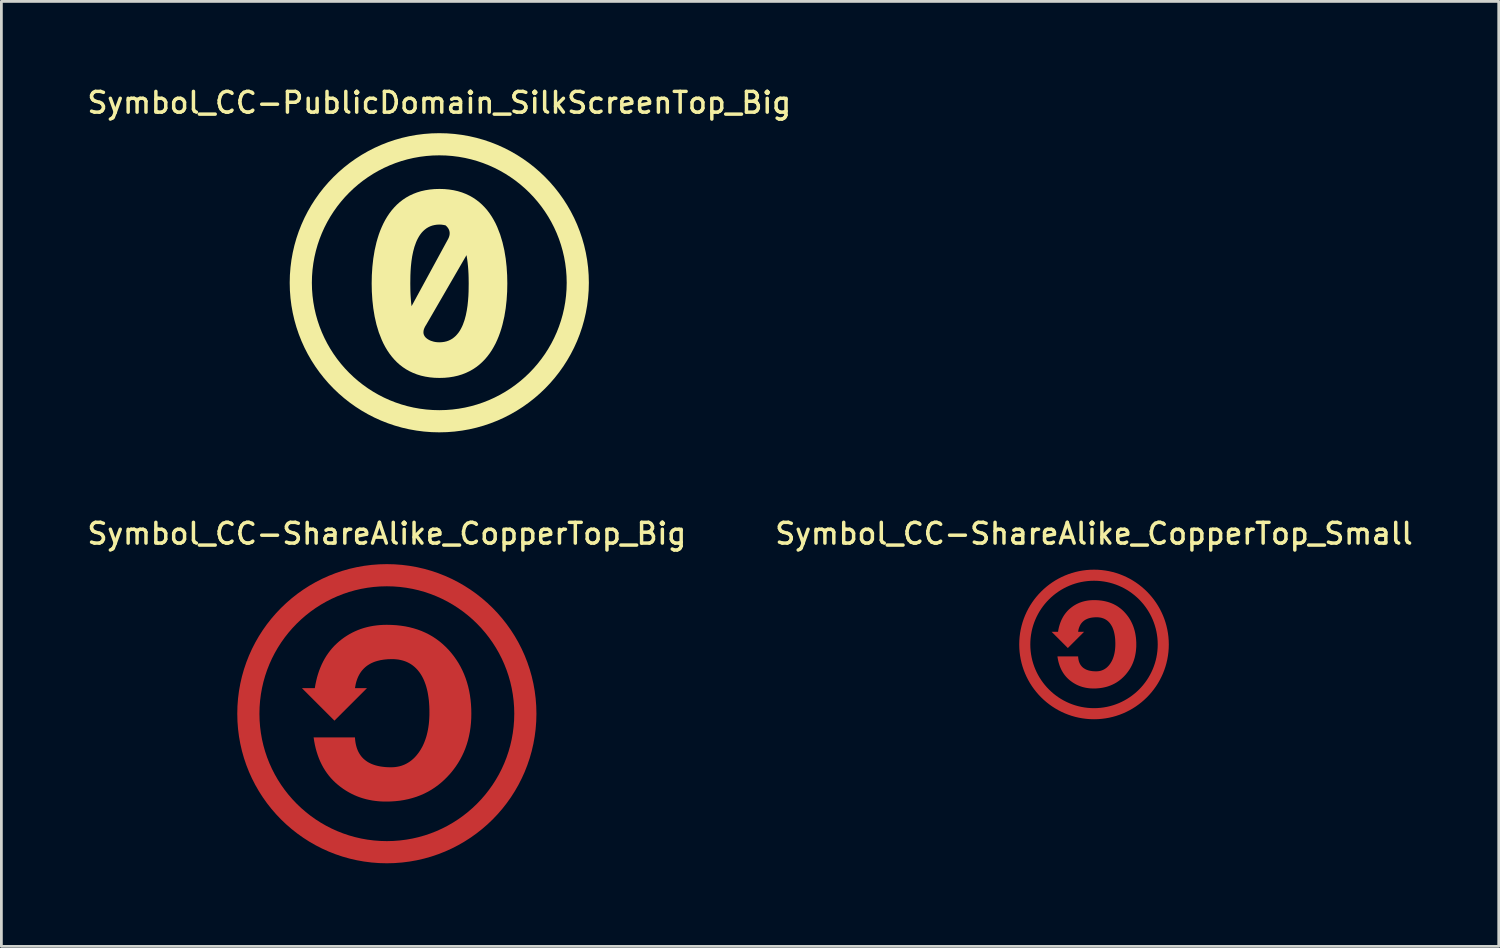
<source format=kicad_pcb>
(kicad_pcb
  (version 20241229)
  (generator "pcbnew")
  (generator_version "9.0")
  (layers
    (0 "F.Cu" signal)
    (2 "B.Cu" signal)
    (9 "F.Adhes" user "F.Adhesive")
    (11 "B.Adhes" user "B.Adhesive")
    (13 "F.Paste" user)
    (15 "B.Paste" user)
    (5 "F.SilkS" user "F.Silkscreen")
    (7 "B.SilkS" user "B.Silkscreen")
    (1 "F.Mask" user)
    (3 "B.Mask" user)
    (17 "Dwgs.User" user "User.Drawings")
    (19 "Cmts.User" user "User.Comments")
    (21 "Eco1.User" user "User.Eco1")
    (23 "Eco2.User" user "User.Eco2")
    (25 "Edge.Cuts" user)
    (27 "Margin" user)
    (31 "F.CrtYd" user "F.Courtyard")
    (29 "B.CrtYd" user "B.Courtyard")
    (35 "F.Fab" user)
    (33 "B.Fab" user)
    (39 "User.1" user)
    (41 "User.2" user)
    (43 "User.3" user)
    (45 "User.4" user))
  (footprint "Symbol_CC-PublicDomain_SilkScreenTop_Big"
    (layer "F.Cu")
    (at 12.809 7.158)
    (property "Reference" "Symbol_CC-PublicDomain_SilkScreenTop_Big" (at 0 -6.5 0) (layer "F.SilkS") (effects (font (size 0.75 0.75) (thickness 0.125))))
    (attr exclude_from_pos_files exclude_from_bom allow_missing_courtyard)
    (fp_circle (center 0 0) (end 5 0) (stroke (width 0.8) (type default)) (fill no) (layer "F.SilkS"))
    (fp_poly (pts (xy 0.187 -3.382) (xy 0.357 -3.366) (xy 0.52 -3.34) (xy 0.674 -3.305) (xy 0.821 -3.26) (xy 0.96 -3.206) (xy 1.091 -3.144) (xy 1.215 -3.074) (xy 1.332 -2.996) (xy 1.442 -2.911) (xy 1.545 -2.819) (xy 1.642 -2.72) (xy 1.732 -2.616) (xy 1.816 -2.505) (xy 1.894 -2.389) (xy 1.965 -2.268) (xy 2.032 -2.143) (xy 2.092 -2.013) (xy 2.197 -1.743) (xy 2.282 -1.46) (xy 2.349 -1.169) (xy 2.398 -0.872) (xy 2.431 -0.572) (xy 2.45 -0.272) (xy 2.456 0.024) (xy 2.45 0.321) (xy 2.431 0.62) (xy 2.398 0.92) (xy 2.349 1.218) (xy 2.282 1.509) (xy 2.242 1.652) (xy 2.197 1.792) (xy 2.147 1.929) (xy 2.092 2.062) (xy 2.032 2.192) (xy 1.965 2.317) (xy 1.894 2.438) (xy 1.816 2.554) (xy 1.732 2.664) (xy 1.642 2.769) (xy 1.545 2.868) (xy 1.442 2.96) (xy 1.332 3.045) (xy 1.215 3.123) (xy 1.091 3.193) (xy 0.96 3.255) (xy 0.821 3.309) (xy 0.674 3.354) (xy 0.52 3.389) (xy 0.357 3.415) (xy 0.187 3.431) (xy 0.007 3.436) (xy -0.172 3.431) (xy -0.343 3.415) (xy -0.505 3.389) (xy -0.66 3.354) (xy -0.806 3.309) (xy -0.945 3.255) (xy -1.077 3.193) (xy -1.201 3.123) (xy -1.318 3.045) (xy -1.428 2.96) (xy -1.531 2.868) (xy -1.627 2.769) (xy -1.717 2.664) (xy -1.801 2.554) (xy -1.879 2.438) (xy -1.951 2.317) (xy -2.017 2.192) (xy -2.077 2.062) (xy -2.183 1.792) (xy -2.184 1.789) (xy -0.572 1.789) (xy -0.571 1.809) (xy -0.569 1.829) (xy -0.565 1.848) (xy -0.56 1.866) (xy -0.553 1.884) (xy -0.545 1.901) (xy -0.536 1.918) (xy -0.526 1.934) (xy -0.515 1.949) (xy -0.503 1.964) (xy -0.49 1.978) (xy -0.475 1.992) (xy -0.46 2.005) (xy -0.444 2.017) (xy -0.427 2.03) (xy -0.41 2.041) (xy -0.392 2.052) (xy -0.353 2.073) (xy -0.312 2.092) (xy -0.304 2.095) (xy -0.297 2.097) (xy -0.289 2.1) (xy -0.281 2.103) (xy -0.265 2.107) (xy -0.25 2.112) (xy -0.24 2.115) (xy -0.231 2.118) (xy -0.222 2.121) (xy -0.212 2.124) (xy -0.187 2.13) (xy -0.16 2.135) (xy -0.134 2.14) (xy -0.107 2.143) (xy -0.079 2.146) (xy -0.051 2.148) (xy -0.022 2.149) (xy 0.008 2.15) (xy 0.099 2.145) (xy 0.185 2.133) (xy 0.266 2.114) (xy 0.342 2.087) (xy 0.413 2.053) (xy 0.479 2.013) (xy 0.54 1.966) (xy 0.597 1.915) (xy 0.649 1.857) (xy 0.698 1.796) (xy 0.743 1.729) (xy 0.783 1.659) (xy 0.82 1.585) (xy 0.854 1.508) (xy 0.912 1.346) (xy 0.958 1.175) (xy 0.993 1) (xy 1.02 0.823) (xy 1.038 0.647) (xy 1.051 0.477) (xy 1.058 0.314) (xy 1.062 0.024) (xy 1.059 -0.197) (xy 1.055 -0.32) (xy 1.048 -0.45) (xy 1.038 -0.583) (xy 1.024 -0.72) (xy 1.006 -0.858) (xy 0.983 -0.997) (xy -0.474 1.519) (xy -0.492 1.547) (xy -0.508 1.574) (xy -0.522 1.601) (xy -0.534 1.627) (xy -0.545 1.652) (xy -0.554 1.677) (xy -0.561 1.701) (xy -0.566 1.724) (xy -0.569 1.746) (xy -0.571 1.768) (xy -0.572 1.789) (xy -2.184 1.789) (xy -2.268 1.509) (xy -2.334 1.218) (xy -2.383 0.92) (xy -2.416 0.62) (xy -2.435 0.321) (xy -2.441 0.024) (xy -2.441 0.024) (xy -1.047 0.024) (xy -1.045 0.204) (xy -1.043 0.302) (xy -1.039 0.405) (xy -1.033 0.511) (xy -1.025 0.621) (xy -1.015 0.733) (xy -1.001 0.846) (xy 0.302 -1.549) (xy 0.314 -1.571) (xy 0.325 -1.592) (xy 0.335 -1.613) (xy 0.343 -1.633) (xy 0.351 -1.654) (xy 0.357 -1.673) (xy 0.363 -1.693) (xy 0.367 -1.712) (xy 0.371 -1.731) (xy 0.373 -1.749) (xy 0.374 -1.767) (xy 0.375 -1.785) (xy 0.375 -1.802) (xy 0.373 -1.819) (xy 0.371 -1.836) (xy 0.368 -1.852) (xy 0.365 -1.868) (xy 0.36 -1.884) (xy 0.355 -1.899) (xy 0.349 -1.914) (xy 0.342 -1.929) (xy 0.334 -1.944) (xy 0.326 -1.958) (xy 0.318 -1.972) (xy 0.308 -1.985) (xy 0.298 -1.998) (xy 0.288 -2.011) (xy 0.277 -2.024) (xy 0.253 -2.048) (xy 0.227 -2.072) (xy 0.202 -2.078) (xy 0.175 -2.083) (xy 0.149 -2.088) (xy 0.122 -2.092) (xy 0.094 -2.096) (xy 0.066 -2.099) (xy 0.037 -2.1) (xy 0.007 -2.101) (xy -0.084 -2.097) (xy -0.17 -2.084) (xy -0.251 -2.065) (xy -0.327 -2.038) (xy -0.398 -2.004) (xy -0.464 -1.964) (xy -0.525 -1.917) (xy -0.582 -1.866) (xy -0.635 -1.809) (xy -0.683 -1.747) (xy -0.728 -1.68) (xy -0.768 -1.61) (xy -0.806 -1.536) (xy -0.839 -1.459) (xy -0.897 -1.297) (xy -0.943 -1.126) (xy -0.979 -0.951) (xy -1.005 -0.774) (xy -1.024 -0.599) (xy -1.036 -0.428) (xy -1.043 -0.265) (xy -1.047 0.024) (xy -2.441 0.024) (xy -2.435 -0.272) (xy -2.416 -0.572) (xy -2.383 -0.872) (xy -2.334 -1.169) (xy -2.268 -1.46) (xy -2.227 -1.603) (xy -2.183 -1.743) (xy -2.133 -1.88) (xy -2.077 -2.013) (xy -2.017 -2.143) (xy -1.951 -2.268) (xy -1.879 -2.389) (xy -1.801 -2.505) (xy -1.717 -2.616) (xy -1.627 -2.72) (xy -1.531 -2.819) (xy -1.428 -2.911) (xy -1.318 -2.996) (xy -1.201 -3.074) (xy -1.077 -3.144) (xy -0.945 -3.206) (xy -0.806 -3.26) (xy -0.66 -3.305) (xy -0.505 -3.34) (xy -0.343 -3.366) (xy -0.172 -3.382) (xy 0.007 -3.387)) (stroke (width 0) (type solid)) (fill yes) (layer "F.SilkS")))
  (footprint "Symbol_CC-ShareAlike_CopperTop_Big"
    (layer "F.Cu")
    (at 10.916 22.716)
    (property "Reference" "Symbol_CC-ShareAlike_CopperTop_Big" (at 0 -6.5 0) (layer "F.SilkS") (effects (font (size 0.75 0.75) (thickness 0.125))))
    (attr exclude_from_pos_files exclude_from_bom allow_missing_courtyard)
    (fp_circle (center 0 0) (end 5 0) (stroke (width 0.8) (type default)) (fill no) (layer "F.Cu"))
    (fp_poly (pts (xy 0.175 -3.205) (xy 0.342 -3.195) (xy 0.506 -3.177) (xy 0.665 -3.153) (xy 0.819 -3.121) (xy 0.969 -3.082) (xy 1.115 -3.037) (xy 1.256 -2.984) (xy 1.393 -2.924) (xy 1.525 -2.858) (xy 1.653 -2.784) (xy 1.776 -2.703) (xy 1.895 -2.615) (xy 2.009 -2.52) (xy 2.119 -2.418) (xy 2.225 -2.31) (xy 2.325 -2.195) (xy 2.418 -2.077) (xy 2.505 -1.954) (xy 2.586 -1.828) (xy 2.66 -1.698) (xy 2.728 -1.563) (xy 2.789 -1.425) (xy 2.844 -1.283) (xy 2.892 -1.137) (xy 2.934 -0.987) (xy 2.97 -0.833) (xy 2.999 -0.674) (xy 3.021 -0.512) (xy 3.037 -0.346) (xy 3.047 -0.176) (xy 3.05 -0.002) (xy 3.047 0.166) (xy 3.037 0.332) (xy 3.02 0.493) (xy 2.997 0.651) (xy 2.966 0.806) (xy 2.93 0.957) (xy 2.886 1.104) (xy 2.836 1.248) (xy 2.779 1.388) (xy 2.715 1.524) (xy 2.645 1.657) (xy 2.568 1.786) (xy 2.484 1.912) (xy 2.394 2.034) (xy 2.297 2.153) (xy 2.193 2.267) (xy 2.084 2.377) (xy 1.971 2.479) (xy 1.854 2.575) (xy 1.733 2.663) (xy 1.608 2.745) (xy 1.479 2.819) (xy 1.346 2.886) (xy 1.209 2.946) (xy 1.068 2.999) (xy 0.923 3.045) (xy 0.774 3.084) (xy 0.621 3.116) (xy 0.465 3.141) (xy 0.304 3.158) (xy 0.139 3.169) (xy -0.03 3.172) (xy -0.154 3.17) (xy -0.277 3.163) (xy -0.397 3.151) (xy -0.515 3.135) (xy -0.631 3.113) (xy -0.745 3.088) (xy -0.857 3.057) (xy -0.966 3.022) (xy -1.074 2.982) (xy -1.179 2.937) (xy -1.282 2.887) (xy -1.383 2.833) (xy -1.482 2.774) (xy -1.578 2.711) (xy -1.673 2.642) (xy -1.765 2.569) (xy -1.854 2.492) (xy -1.939 2.41) (xy -2.019 2.325) (xy -2.094 2.236) (xy -2.165 2.142) (xy -2.231 2.045) (xy -2.293 1.944) (xy -2.35 1.839) (xy -2.403 1.73) (xy -2.451 1.617) (xy -2.494 1.5) (xy -2.533 1.379) (xy -2.568 1.254) (xy -2.598 1.125) (xy -2.623 0.992) (xy -2.644 0.855) (xy -1.151 0.855) (xy -1.147 0.921) (xy -1.14 0.985) (xy -1.131 1.048) (xy -1.119 1.108) (xy -1.105 1.166) (xy -1.089 1.222) (xy -1.071 1.275) (xy -1.05 1.327) (xy -1.027 1.377) (xy -1.001 1.424) (xy -0.973 1.469) (xy -0.943 1.513) (xy -0.911 1.554) (xy -0.876 1.593) (xy -0.839 1.63) (xy -0.799 1.664) (xy -0.757 1.697) (xy -0.713 1.728) (xy -0.667 1.756) (xy -0.618 1.782) (xy -0.567 1.807) (xy -0.513 1.829) (xy -0.457 1.849) (xy -0.399 1.867) (xy -0.338 1.883) (xy -0.276 1.896) (xy -0.21 1.908) (xy -0.143 1.917) (xy -0.073 1.925) (xy -0.001 1.93) (xy 0.074 1.933) (xy 0.151 1.934) (xy 0.228 1.932) (xy 0.303 1.926) (xy 0.376 1.915) (xy 0.448 1.901) (xy 0.517 1.882) (xy 0.585 1.858) (xy 0.65 1.831) (xy 0.714 1.799) (xy 0.776 1.763) (xy 0.836 1.723) (xy 0.894 1.679) (xy 0.95 1.631) (xy 1.005 1.578) (xy 1.057 1.521) (xy 1.107 1.46) (xy 1.156 1.395) (xy 1.202 1.326) (xy 1.245 1.254) (xy 1.286 1.18) (xy 1.323 1.102) (xy 1.357 1.022) (xy 1.388 0.939) (xy 1.417 0.853) (xy 1.442 0.765) (xy 1.464 0.673) (xy 1.484 0.579) (xy 1.5 0.482) (xy 1.514 0.383) (xy 1.524 0.28) (xy 1.531 0.175) (xy 1.536 0.066) (xy 1.537 -0.045) (xy 1.536 -0.161) (xy 1.532 -0.273) (xy 1.525 -0.382) (xy 1.516 -0.488) (xy 1.503 -0.589) (xy 1.488 -0.688) (xy 1.471 -0.783) (xy 1.45 -0.874) (xy 1.427 -0.962) (xy 1.401 -1.046) (xy 1.372 -1.127) (xy 1.341 -1.205) (xy 1.307 -1.278) (xy 1.27 -1.349) (xy 1.231 -1.415) (xy 1.188 -1.479) (xy 1.143 -1.538) (xy 1.096 -1.594) (xy 1.046 -1.646) (xy 0.994 -1.694) (xy 0.94 -1.738) (xy 0.883 -1.779) (xy 0.824 -1.815) (xy 0.762 -1.848) (xy 0.698 -1.877) (xy 0.632 -1.902) (xy 0.563 -1.923) (xy 0.492 -1.94) (xy 0.418 -1.954) (xy 0.342 -1.963) (xy 0.263 -1.969) (xy 0.183 -1.971) (xy 0.038 -1.967) (xy -0.098 -1.954) (xy -0.226 -1.934) (xy -0.345 -1.905) (xy -0.402 -1.888) (xy -0.457 -1.869) (xy -0.51 -1.847) (xy -0.561 -1.824) (xy -0.609 -1.798) (xy -0.656 -1.77) (xy -0.701 -1.741) (xy -0.744 -1.709) (xy -0.784 -1.675) (xy -0.823 -1.639) (xy -0.859 -1.602) (xy -0.894 -1.562) (xy -0.927 -1.52) (xy -0.957 -1.476) (xy -0.986 -1.43) (xy -1.012 -1.382) (xy -1.037 -1.332) (xy -1.059 -1.279) (xy -1.079 -1.225) (xy -1.098 -1.169) (xy -1.114 -1.111) (xy -1.128 -1.05) (xy -1.151 -0.923) (xy -0.717 -0.923) (xy -1.892 0.251) (xy -3.066 -0.923) (xy -2.601 -0.923) (xy -2.578 -1.057) (xy -2.55 -1.188) (xy -2.519 -1.315) (xy -2.483 -1.437) (xy -2.443 -1.556) (xy -2.398 -1.672) (xy -2.35 -1.783) (xy -2.297 -1.89) (xy -2.24 -1.994) (xy -2.179 -2.094) (xy -2.113 -2.189) (xy -2.044 -2.281) (xy -1.97 -2.37) (xy -1.892 -2.454) (xy -1.809 -2.534) (xy -1.723 -2.611) (xy -1.633 -2.684) (xy -1.541 -2.751) (xy -1.446 -2.814) (xy -1.349 -2.873) (xy -1.25 -2.926) (xy -1.148 -2.975) (xy -1.044 -3.02) (xy -0.937 -3.06) (xy -0.828 -3.095) (xy -0.717 -3.125) (xy -0.603 -3.151) (xy -0.487 -3.172) (xy -0.368 -3.188) (xy -0.247 -3.2) (xy -0.124 -3.207) (xy 0.002 -3.209)) (stroke (width 0) (type solid)) (fill yes) (layer "F.Cu")))
  (footprint "Symbol_CC-ShareAlike_CopperTop_Small"
    (layer "F.Cu")
    (at 36.445 20.216)
    (property "Reference" "Symbol_CC-ShareAlike_CopperTop_Small" (at 0 -4 0) (layer "F.SilkS") (effects (font (size 0.75 0.75) (thickness 0.125))))
    (attr exclude_from_pos_files exclude_from_bom allow_missing_courtyard)
    (fp_circle (center 0.001 0) (end 2.501 0) (stroke (width 0.4) (type default)) (fill no) (layer "F.Cu"))
    (fp_poly (pts (xy 0.089 -1.599) (xy 0.173 -1.594) (xy 0.255 -1.585) (xy 0.335 -1.573) (xy 0.412 -1.557) (xy 0.487 -1.538) (xy 0.56 -1.515) (xy 0.63 -1.489) (xy 0.699 -1.459) (xy 0.765 -1.425) (xy 0.829 -1.389) (xy 0.89 -1.348) (xy 0.95 -1.304) (xy 1.007 -1.257) (xy 1.062 -1.206) (xy 1.114 -1.151) (xy 1.164 -1.094) (xy 1.211 -1.035) (xy 1.255 -0.974) (xy 1.295 -0.911) (xy 1.332 -0.846) (xy 1.366 -0.778) (xy 1.397 -0.709) (xy 1.424 -0.638) (xy 1.448 -0.565) (xy 1.469 -0.49) (xy 1.487 -0.413) (xy 1.501 -0.334) (xy 1.513 -0.253) (xy 1.521 -0.17) (xy 1.526 -0.085) (xy 1.527 0.002) (xy 1.526 0.087) (xy 1.52 0.169) (xy 1.512 0.25) (xy 1.5 0.329) (xy 1.485 0.406) (xy 1.467 0.482) (xy 1.445 0.555) (xy 1.42 0.627) (xy 1.392 0.697) (xy 1.36 0.765) (xy 1.325 0.832) (xy 1.286 0.897) (xy 1.244 0.959) (xy 1.199 1.02) (xy 1.151 1.08) (xy 1.099 1.137) (xy 1.044 1.192) (xy 0.988 1.243) (xy 0.929 1.291) (xy 0.868 1.335) (xy 0.806 1.376) (xy 0.741 1.413) (xy 0.675 1.446) (xy 0.606 1.476) (xy 0.536 1.503) (xy 0.464 1.526) (xy 0.389 1.545) (xy 0.313 1.561) (xy 0.234 1.574) (xy 0.154 1.582) (xy 0.072 1.588) (xy -0.013 1.59) (xy -0.075 1.588) (xy -0.136 1.585) (xy -0.196 1.579) (xy -0.255 1.571) (xy -0.313 1.56) (xy -0.37 1.547) (xy -0.426 1.532) (xy -0.481 1.514) (xy -0.535 1.494) (xy -0.587 1.472) (xy -0.639 1.447) (xy -0.689 1.42) (xy -0.739 1.39) (xy -0.787 1.359) (xy -0.834 1.324) (xy -0.881 1.288) (xy -0.925 1.249) (xy -0.967 1.209) (xy -1.007 1.166) (xy -1.045 1.121) (xy -1.08 1.075) (xy -1.113 1.026) (xy -1.144 0.975) (xy -1.173 0.923) (xy -1.199 0.868) (xy -1.223 0.812) (xy -1.245 0.753) (xy -1.264 0.693) (xy -1.282 0.63) (xy -1.297 0.566) (xy -1.309 0.499) (xy -1.32 0.431) (xy -0.573 0.431) (xy -0.571 0.464) (xy -0.568 0.496) (xy -0.563 0.527) (xy -0.557 0.557) (xy -0.551 0.586) (xy -0.543 0.614) (xy -0.533 0.641) (xy -0.523 0.667) (xy -0.511 0.692) (xy -0.499 0.715) (xy -0.485 0.738) (xy -0.47 0.76) (xy -0.453 0.78) (xy -0.436 0.8) (xy -0.417 0.818) (xy -0.398 0.836) (xy -0.377 0.852) (xy -0.354 0.867) (xy -0.331 0.881) (xy -0.307 0.895) (xy -0.281 0.907) (xy -0.254 0.918) (xy -0.227 0.928) (xy -0.197 0.937) (xy -0.167 0.945) (xy -0.136 0.951) (xy -0.103 0.957) (xy -0.069 0.962) (xy -0.034 0.966) (xy 0.002 0.968) (xy 0.039 0.97) (xy 0.077 0.97) (xy 0.116 0.969) (xy 0.154 0.966) (xy 0.19 0.961) (xy 0.226 0.954) (xy 0.261 0.944) (xy 0.294 0.932) (xy 0.327 0.919) (xy 0.359 0.903) (xy 0.39 0.885) (xy 0.42 0.865) (xy 0.449 0.843) (xy 0.477 0.819) (xy 0.504 0.792) (xy 0.531 0.764) (xy 0.556 0.733) (xy 0.58 0.701) (xy 0.603 0.666) (xy 0.625 0.63) (xy 0.645 0.593) (xy 0.664 0.554) (xy 0.681 0.514) (xy 0.696 0.473) (xy 0.71 0.43) (xy 0.723 0.386) (xy 0.734 0.34) (xy 0.744 0.293) (xy 0.752 0.244) (xy 0.759 0.195) (xy 0.764 0.143) (xy 0.768 0.091) (xy 0.77 0.036) (xy 0.771 -0.019) (xy 0.77 -0.077) (xy 0.768 -0.133) (xy 0.765 -0.188) (xy 0.76 -0.24) (xy 0.754 -0.291) (xy 0.746 -0.341) (xy 0.737 -0.388) (xy 0.727 -0.434) (xy 0.716 -0.478) (xy 0.703 -0.52) (xy 0.688 -0.56) (xy 0.673 -0.599) (xy 0.656 -0.636) (xy 0.637 -0.671) (xy 0.617 -0.704) (xy 0.596 -0.736) (xy 0.574 -0.766) (xy 0.55 -0.794) (xy 0.525 -0.82) (xy 0.499 -0.844) (xy 0.472 -0.866) (xy 0.444 -0.886) (xy 0.414 -0.904) (xy 0.383 -0.921) (xy 0.351 -0.935) (xy 0.318 -0.947) (xy 0.284 -0.958) (xy 0.248 -0.967) (xy 0.211 -0.973) (xy 0.173 -0.978) (xy 0.134 -0.981) (xy 0.093 -0.982) (xy 0.021 -0.98) (xy -0.047 -0.974) (xy -0.111 -0.964) (xy -0.171 -0.949) (xy -0.199 -0.941) (xy -0.226 -0.931) (xy -0.253 -0.92) (xy -0.278 -0.908) (xy -0.303 -0.896) (xy -0.326 -0.882) (xy -0.348 -0.867) (xy -0.37 -0.851) (xy -0.39 -0.834) (xy -0.409 -0.816) (xy -0.428 -0.797) (xy -0.445 -0.778) (xy -0.461 -0.757) (xy -0.476 -0.735) (xy -0.491 -0.712) (xy -0.504 -0.687) (xy -0.516 -0.662) (xy -0.527 -0.636) (xy -0.538 -0.609) (xy -0.547 -0.581) (xy -0.555 -0.552) (xy -0.562 -0.522) (xy -0.573 -0.458) (xy -0.356 -0.458) (xy -0.944 0.129) (xy -1.531 -0.458) (xy -1.298 -0.458) (xy -1.287 -0.525) (xy -1.273 -0.591) (xy -1.257 -0.654) (xy -1.239 -0.715) (xy -1.219 -0.775) (xy -1.197 -0.832) (xy -1.173 -0.888) (xy -1.146 -0.942) (xy -1.118 -0.994) (xy -1.087 -1.043) (xy -1.055 -1.091) (xy -1.02 -1.137) (xy -0.983 -1.181) (xy -0.944 -1.224) (xy -0.903 -1.264) (xy -0.859 -1.302) (xy -0.814 -1.338) (xy -0.768 -1.372) (xy -0.721 -1.404) (xy -0.672 -1.433) (xy -0.623 -1.46) (xy -0.572 -1.484) (xy -0.52 -1.507) (xy -0.466 -1.526) (xy -0.412 -1.544) (xy -0.356 -1.559) (xy -0.299 -1.572) (xy -0.241 -1.582) (xy -0.182 -1.591) (xy -0.121 -1.596) (xy -0.06 -1.6) (xy 0.003 -1.601)) (stroke (width 0) (type solid)) (fill yes) (layer "F.Cu")))
  (gr_rect
    (start -3 -3)
    (end 51.057 31.116)
    (stroke (width 0.1) (type default))
    (fill no)
    (layer "Edge.Cuts")))
</source>
